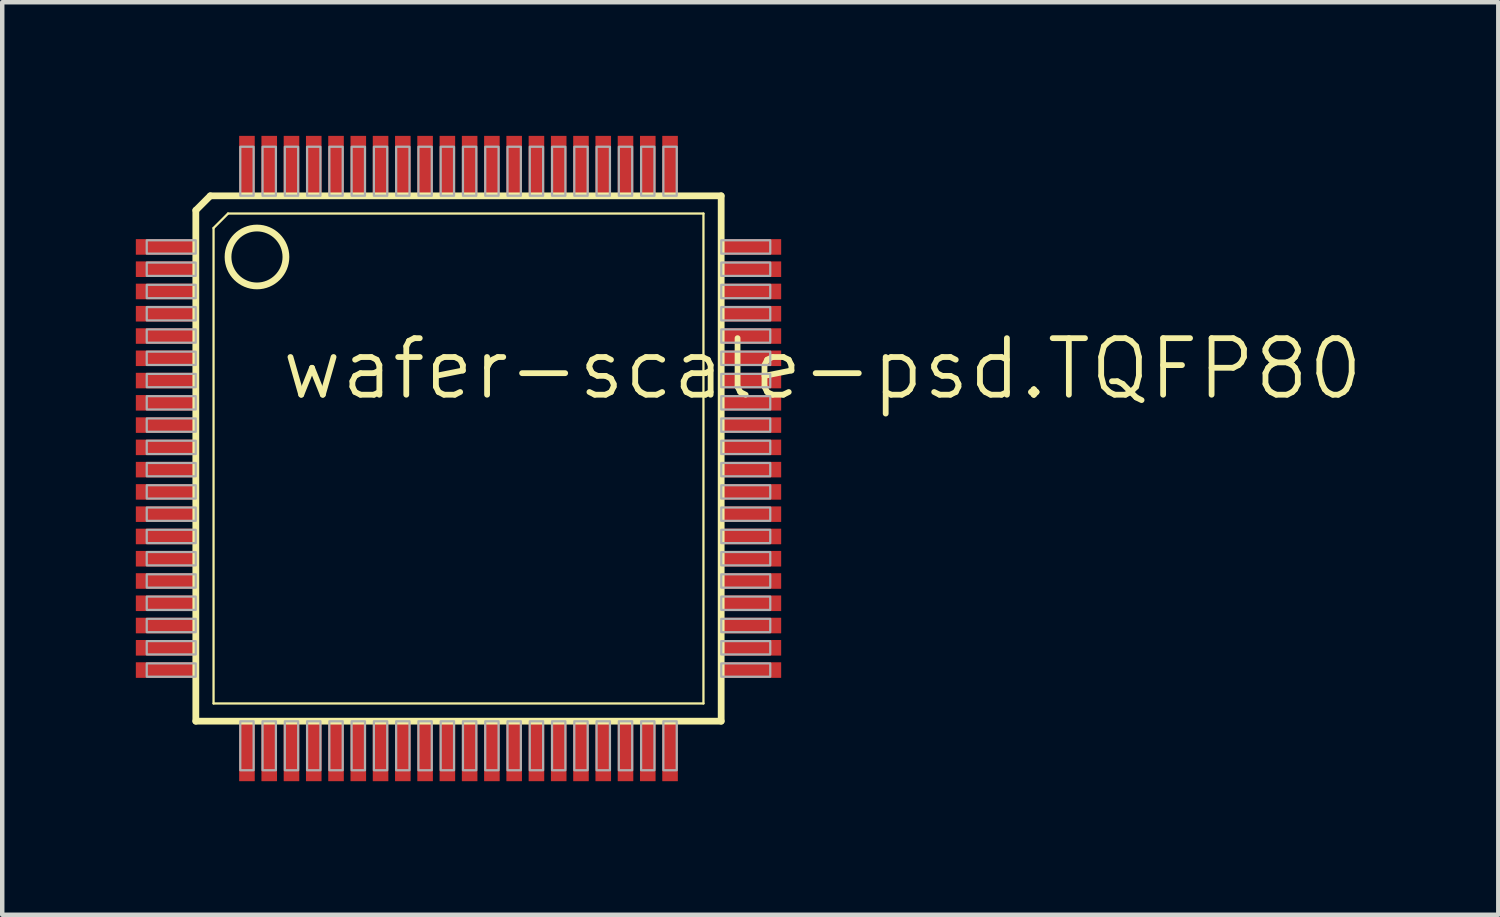
<source format=kicad_pcb>
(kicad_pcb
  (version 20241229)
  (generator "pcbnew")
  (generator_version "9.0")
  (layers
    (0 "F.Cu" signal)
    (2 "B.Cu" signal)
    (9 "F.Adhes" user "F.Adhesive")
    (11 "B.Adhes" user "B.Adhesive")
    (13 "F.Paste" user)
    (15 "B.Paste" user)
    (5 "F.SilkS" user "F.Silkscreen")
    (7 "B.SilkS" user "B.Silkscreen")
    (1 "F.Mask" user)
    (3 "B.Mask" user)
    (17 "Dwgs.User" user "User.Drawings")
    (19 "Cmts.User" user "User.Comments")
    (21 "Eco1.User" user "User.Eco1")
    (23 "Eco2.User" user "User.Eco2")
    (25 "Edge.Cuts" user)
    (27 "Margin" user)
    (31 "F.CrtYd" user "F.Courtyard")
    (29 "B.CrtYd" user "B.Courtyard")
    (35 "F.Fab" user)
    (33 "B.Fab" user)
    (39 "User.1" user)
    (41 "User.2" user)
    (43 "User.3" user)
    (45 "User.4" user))
  (footprint "wafer-scale-psd.TQFP80"
    (layer "F.Cu")
    (at 7.245 7.245)
    (property "Reference" "wafer-scale-psd.TQFP80" (at -4.04 -1.27 0) (layer "F.SilkS") (effects (font (size 1.27 1.27) (thickness 0.13)) (justify left bottom)))
    (attr smd)
    (fp_line (start -5.898 -5.573) (end -5.573 -5.898) (stroke (width 0.152) (type default)) (layer "F.SilkS"))
    (fp_line (start -5.898 5.898) (end -5.898 -5.573) (stroke (width 0.152) (type default)) (layer "F.SilkS"))
    (fp_line (start -5.573 -5.898) (end 5.898 -5.898) (stroke (width 0.152) (type default)) (layer "F.SilkS"))
    (fp_line (start -5.5 -5.175) (end -5.175 -5.5) (stroke (width 0.051) (type default)) (layer "F.SilkS"))
    (fp_line (start -5.5 5.5) (end -5.5 -5.175) (stroke (width 0.051) (type default)) (layer "F.SilkS"))
    (fp_line (start -5.175 -5.5) (end 5.5 -5.5) (stroke (width 0.051) (type default)) (layer "F.SilkS"))
    (fp_line (start 5.5 -5.5) (end 5.5 5.5) (stroke (width 0.051) (type default)) (layer "F.SilkS"))
    (fp_line (start 5.5 5.5) (end -5.5 5.5) (stroke (width 0.051) (type default)) (layer "F.SilkS"))
    (fp_line (start 5.898 -5.898) (end 5.898 5.898) (stroke (width 0.152) (type default)) (layer "F.SilkS"))
    (fp_line (start 5.898 5.898) (end -5.898 5.898) (stroke (width 0.152) (type default)) (layer "F.SilkS"))
    (fp_circle (center -4.525 -4.525) (end -3.875 -4.525) (stroke (width 0.152) (type default)) (fill no) (layer "F.SilkS"))
    (fp_rect (start -7 -4.6) (end -5.9 -4.9) (stroke (width 0.05) (type default)) (fill no) (layer "F.Fab"))
    (fp_rect (start -7 -4.1) (end -5.9 -4.4) (stroke (width 0.05) (type default)) (fill no) (layer "F.Fab"))
    (fp_rect (start -7 -3.6) (end -5.9 -3.9) (stroke (width 0.05) (type default)) (fill no) (layer "F.Fab"))
    (fp_rect (start -7 -3.1) (end -5.9 -3.4) (stroke (width 0.05) (type default)) (fill no) (layer "F.Fab"))
    (fp_rect (start -7 -2.6) (end -5.9 -2.9) (stroke (width 0.05) (type default)) (fill no) (layer "F.Fab"))
    (fp_rect (start -7 -2.1) (end -5.9 -2.4) (stroke (width 0.05) (type default)) (fill no) (layer "F.Fab"))
    (fp_rect (start -7 -1.6) (end -5.9 -1.9) (stroke (width 0.05) (type default)) (fill no) (layer "F.Fab"))
    (fp_rect (start -7 -1.1) (end -5.9 -1.4) (stroke (width 0.05) (type default)) (fill no) (layer "F.Fab"))
    (fp_rect (start -7 -0.6) (end -5.9 -0.9) (stroke (width 0.05) (type default)) (fill no) (layer "F.Fab"))
    (fp_rect (start -7 -0.1) (end -5.9 -0.4) (stroke (width 0.05) (type default)) (fill no) (layer "F.Fab"))
    (fp_rect (start -7 0.4) (end -5.9 0.1) (stroke (width 0.05) (type default)) (fill no) (layer "F.Fab"))
    (fp_rect (start -7 0.9) (end -5.9 0.6) (stroke (width 0.05) (type default)) (fill no) (layer "F.Fab"))
    (fp_rect (start -7 1.4) (end -5.9 1.1) (stroke (width 0.05) (type default)) (fill no) (layer "F.Fab"))
    (fp_rect (start -7 1.9) (end -5.9 1.6) (stroke (width 0.05) (type default)) (fill no) (layer "F.Fab"))
    (fp_rect (start -7 2.4) (end -5.9 2.1) (stroke (width 0.05) (type default)) (fill no) (layer "F.Fab"))
    (fp_rect (start -7 2.9) (end -5.9 2.6) (stroke (width 0.05) (type default)) (fill no) (layer "F.Fab"))
    (fp_rect (start -7 3.4) (end -5.9 3.1) (stroke (width 0.05) (type default)) (fill no) (layer "F.Fab"))
    (fp_rect (start -7 3.9) (end -5.9 3.6) (stroke (width 0.05) (type default)) (fill no) (layer "F.Fab"))
    (fp_rect (start -7 4.4) (end -5.9 4.1) (stroke (width 0.05) (type default)) (fill no) (layer "F.Fab"))
    (fp_rect (start -7 4.9) (end -5.9 4.6) (stroke (width 0.05) (type default)) (fill no) (layer "F.Fab"))
    (fp_rect (start -4.9 -5.9) (end -4.6 -7) (stroke (width 0.05) (type default)) (fill no) (layer "F.Fab"))
    (fp_rect (start -4.9 7) (end -4.6 5.9) (stroke (width 0.05) (type default)) (fill no) (layer "F.Fab"))
    (fp_rect (start -4.4 -5.9) (end -4.1 -7) (stroke (width 0.05) (type default)) (fill no) (layer "F.Fab"))
    (fp_rect (start -4.4 7) (end -4.1 5.9) (stroke (width 0.05) (type default)) (fill no) (layer "F.Fab"))
    (fp_rect (start -3.9 -5.9) (end -3.6 -7) (stroke (width 0.05) (type default)) (fill no) (layer "F.Fab"))
    (fp_rect (start -3.9 7) (end -3.6 5.9) (stroke (width 0.05) (type default)) (fill no) (layer "F.Fab"))
    (fp_rect (start -3.4 -5.9) (end -3.1 -7) (stroke (width 0.05) (type default)) (fill no) (layer "F.Fab"))
    (fp_rect (start -3.4 7) (end -3.1 5.9) (stroke (width 0.05) (type default)) (fill no) (layer "F.Fab"))
    (fp_rect (start -2.9 -5.9) (end -2.6 -7) (stroke (width 0.05) (type default)) (fill no) (layer "F.Fab"))
    (fp_rect (start -2.9 7) (end -2.6 5.9) (stroke (width 0.05) (type default)) (fill no) (layer "F.Fab"))
    (fp_rect (start -2.4 -5.9) (end -2.1 -7) (stroke (width 0.05) (type default)) (fill no) (layer "F.Fab"))
    (fp_rect (start -2.4 7) (end -2.1 5.9) (stroke (width 0.05) (type default)) (fill no) (layer "F.Fab"))
    (fp_rect (start -1.9 -5.9) (end -1.6 -7) (stroke (width 0.05) (type default)) (fill no) (layer "F.Fab"))
    (fp_rect (start -1.9 7) (end -1.6 5.9) (stroke (width 0.05) (type default)) (fill no) (layer "F.Fab"))
    (fp_rect (start -1.4 -5.9) (end -1.1 -7) (stroke (width 0.05) (type default)) (fill no) (layer "F.Fab"))
    (fp_rect (start -1.4 7) (end -1.1 5.9) (stroke (width 0.05) (type default)) (fill no) (layer "F.Fab"))
    (fp_rect (start -0.9 -5.9) (end -0.6 -7) (stroke (width 0.05) (type default)) (fill no) (layer "F.Fab"))
    (fp_rect (start -0.9 7) (end -0.6 5.9) (stroke (width 0.05) (type default)) (fill no) (layer "F.Fab"))
    (fp_rect (start -0.4 -5.9) (end -0.1 -7) (stroke (width 0.05) (type default)) (fill no) (layer "F.Fab"))
    (fp_rect (start -0.4 7) (end -0.1 5.9) (stroke (width 0.05) (type default)) (fill no) (layer "F.Fab"))
    (fp_rect (start 0.1 -5.9) (end 0.4 -7) (stroke (width 0.05) (type default)) (fill no) (layer "F.Fab"))
    (fp_rect (start 0.1 7) (end 0.4 5.9) (stroke (width 0.05) (type default)) (fill no) (layer "F.Fab"))
    (fp_rect (start 0.6 -5.9) (end 0.9 -7) (stroke (width 0.05) (type default)) (fill no) (layer "F.Fab"))
    (fp_rect (start 0.6 7) (end 0.9 5.9) (stroke (width 0.05) (type default)) (fill no) (layer "F.Fab"))
    (fp_rect (start 1.1 -5.9) (end 1.4 -7) (stroke (width 0.05) (type default)) (fill no) (layer "F.Fab"))
    (fp_rect (start 1.1 7) (end 1.4 5.9) (stroke (width 0.05) (type default)) (fill no) (layer "F.Fab"))
    (fp_rect (start 1.6 -5.9) (end 1.9 -7) (stroke (width 0.05) (type default)) (fill no) (layer "F.Fab"))
    (fp_rect (start 1.6 7) (end 1.9 5.9) (stroke (width 0.05) (type default)) (fill no) (layer "F.Fab"))
    (fp_rect (start 2.1 -5.9) (end 2.4 -7) (stroke (width 0.05) (type default)) (fill no) (layer "F.Fab"))
    (fp_rect (start 2.1 7) (end 2.4 5.9) (stroke (width 0.05) (type default)) (fill no) (layer "F.Fab"))
    (fp_rect (start 2.6 -5.9) (end 2.9 -7) (stroke (width 0.05) (type default)) (fill no) (layer "F.Fab"))
    (fp_rect (start 2.6 7) (end 2.9 5.9) (stroke (width 0.05) (type default)) (fill no) (layer "F.Fab"))
    (fp_rect (start 3.1 -5.9) (end 3.4 -7) (stroke (width 0.05) (type default)) (fill no) (layer "F.Fab"))
    (fp_rect (start 3.1 7) (end 3.4 5.9) (stroke (width 0.05) (type default)) (fill no) (layer "F.Fab"))
    (fp_rect (start 3.6 -5.9) (end 3.9 -7) (stroke (width 0.05) (type default)) (fill no) (layer "F.Fab"))
    (fp_rect (start 3.6 7) (end 3.9 5.9) (stroke (width 0.05) (type default)) (fill no) (layer "F.Fab"))
    (fp_rect (start 4.1 -5.9) (end 4.4 -7) (stroke (width 0.05) (type default)) (fill no) (layer "F.Fab"))
    (fp_rect (start 4.1 7) (end 4.4 5.9) (stroke (width 0.05) (type default)) (fill no) (layer "F.Fab"))
    (fp_rect (start 4.6 -5.9) (end 4.9 -7) (stroke (width 0.05) (type default)) (fill no) (layer "F.Fab"))
    (fp_rect (start 4.6 7) (end 4.9 5.9) (stroke (width 0.05) (type default)) (fill no) (layer "F.Fab"))
    (fp_rect (start 5.9 -4.6) (end 7 -4.9) (stroke (width 0.05) (type default)) (fill no) (layer "F.Fab"))
    (fp_rect (start 5.9 -4.1) (end 7 -4.4) (stroke (width 0.05) (type default)) (fill no) (layer "F.Fab"))
    (fp_rect (start 5.9 -3.6) (end 7 -3.9) (stroke (width 0.05) (type default)) (fill no) (layer "F.Fab"))
    (fp_rect (start 5.9 -3.1) (end 7 -3.4) (stroke (width 0.05) (type default)) (fill no) (layer "F.Fab"))
    (fp_rect (start 5.9 -2.6) (end 7 -2.9) (stroke (width 0.05) (type default)) (fill no) (layer "F.Fab"))
    (fp_rect (start 5.9 -2.1) (end 7 -2.4) (stroke (width 0.05) (type default)) (fill no) (layer "F.Fab"))
    (fp_rect (start 5.9 -1.6) (end 7 -1.9) (stroke (width 0.05) (type default)) (fill no) (layer "F.Fab"))
    (fp_rect (start 5.9 -1.1) (end 7 -1.4) (stroke (width 0.05) (type default)) (fill no) (layer "F.Fab"))
    (fp_rect (start 5.9 -0.6) (end 7 -0.9) (stroke (width 0.05) (type default)) (fill no) (layer "F.Fab"))
    (fp_rect (start 5.9 -0.1) (end 7 -0.4) (stroke (width 0.05) (type default)) (fill no) (layer "F.Fab"))
    (fp_rect (start 5.9 0.4) (end 7 0.1) (stroke (width 0.05) (type default)) (fill no) (layer "F.Fab"))
    (fp_rect (start 5.9 0.9) (end 7 0.6) (stroke (width 0.05) (type default)) (fill no) (layer "F.Fab"))
    (fp_rect (start 5.9 1.4) (end 7 1.1) (stroke (width 0.05) (type default)) (fill no) (layer "F.Fab"))
    (fp_rect (start 5.9 1.9) (end 7 1.6) (stroke (width 0.05) (type default)) (fill no) (layer "F.Fab"))
    (fp_rect (start 5.9 2.4) (end 7 2.1) (stroke (width 0.05) (type default)) (fill no) (layer "F.Fab"))
    (fp_rect (start 5.9 2.9) (end 7 2.6) (stroke (width 0.05) (type default)) (fill no) (layer "F.Fab"))
    (fp_rect (start 5.9 3.4) (end 7 3.1) (stroke (width 0.05) (type default)) (fill no) (layer "F.Fab"))
    (fp_rect (start 5.9 3.9) (end 7 3.6) (stroke (width 0.05) (type default)) (fill no) (layer "F.Fab"))
    (fp_rect (start 5.9 4.4) (end 7 4.1) (stroke (width 0.05) (type default)) (fill no) (layer "F.Fab"))
    (fp_rect (start 5.9 4.9) (end 7 4.6) (stroke (width 0.05) (type default)) (fill no) (layer "F.Fab"))
    (pad "1" smd roundrect (at -6.595 -4.75) (size 1.3 0.35) (layers "F.Cu" "F.Mask" "F.Paste") (roundrect_rratio 0.01))
    (pad "2" smd roundrect (at -6.595 -4.25) (size 1.3 0.35) (layers "F.Cu" "F.Mask" "F.Paste") (roundrect_rratio 0.01))
    (pad "3" smd roundrect (at -6.595 -3.75) (size 1.3 0.35) (layers "F.Cu" "F.Mask" "F.Paste") (roundrect_rratio 0.01))
    (pad "4" smd roundrect (at -6.595 -3.25) (size 1.3 0.35) (layers "F.Cu" "F.Mask" "F.Paste") (roundrect_rratio 0.01))
    (pad "5" smd roundrect (at -6.595 -2.75) (size 1.3 0.35) (layers "F.Cu" "F.Mask" "F.Paste") (roundrect_rratio 0.01))
    (pad "6" smd roundrect (at -6.595 -2.25) (size 1.3 0.35) (layers "F.Cu" "F.Mask" "F.Paste") (roundrect_rratio 0.01))
    (pad "7" smd roundrect (at -6.595 -1.75) (size 1.3 0.35) (layers "F.Cu" "F.Mask" "F.Paste") (roundrect_rratio 0.01))
    (pad "8" smd roundrect (at -6.595 -1.25) (size 1.3 0.35) (layers "F.Cu" "F.Mask" "F.Paste") (roundrect_rratio 0.01))
    (pad "9" smd roundrect (at -6.595 -0.75) (size 1.3 0.35) (layers "F.Cu" "F.Mask" "F.Paste") (roundrect_rratio 0.01))
    (pad "10" smd roundrect (at -6.595 -0.25) (size 1.3 0.35) (layers "F.Cu" "F.Mask" "F.Paste") (roundrect_rratio 0.01))
    (pad "11" smd roundrect (at -6.595 0.25) (size 1.3 0.35) (layers "F.Cu" "F.Mask" "F.Paste") (roundrect_rratio 0.01))
    (pad "12" smd roundrect (at -6.595 0.75) (size 1.3 0.35) (layers "F.Cu" "F.Mask" "F.Paste") (roundrect_rratio 0.01))
    (pad "13" smd roundrect (at -6.595 1.25) (size 1.3 0.35) (layers "F.Cu" "F.Mask" "F.Paste") (roundrect_rratio 0.01))
    (pad "14" smd roundrect (at -6.595 1.75) (size 1.3 0.35) (layers "F.Cu" "F.Mask" "F.Paste") (roundrect_rratio 0.01))
    (pad "15" smd roundrect (at -6.595 2.25) (size 1.3 0.35) (layers "F.Cu" "F.Mask" "F.Paste") (roundrect_rratio 0.01))
    (pad "16" smd roundrect (at -6.595 2.75) (size 1.3 0.35) (layers "F.Cu" "F.Mask" "F.Paste") (roundrect_rratio 0.01))
    (pad "17" smd roundrect (at -6.595 3.25) (size 1.3 0.35) (layers "F.Cu" "F.Mask" "F.Paste") (roundrect_rratio 0.01))
    (pad "18" smd roundrect (at -6.595 3.75) (size 1.3 0.35) (layers "F.Cu" "F.Mask" "F.Paste") (roundrect_rratio 0.01))
    (pad "19" smd roundrect (at -6.595 4.25) (size 1.3 0.35) (layers "F.Cu" "F.Mask" "F.Paste") (roundrect_rratio 0.01))
    (pad "20" smd roundrect (at -6.595 4.75) (size 1.3 0.35) (layers "F.Cu" "F.Mask" "F.Paste") (roundrect_rratio 0.01))
    (pad "21" smd roundrect (at -4.75 6.595) (size 0.35 1.3) (layers "F.Cu" "F.Mask" "F.Paste") (roundrect_rratio 0.01))
    (pad "22" smd roundrect (at -4.25 6.595) (size 0.35 1.3) (layers "F.Cu" "F.Mask" "F.Paste") (roundrect_rratio 0.01))
    (pad "23" smd roundrect (at -3.75 6.595) (size 0.35 1.3) (layers "F.Cu" "F.Mask" "F.Paste") (roundrect_rratio 0.01))
    (pad "24" smd roundrect (at -3.25 6.595) (size 0.35 1.3) (layers "F.Cu" "F.Mask" "F.Paste") (roundrect_rratio 0.01))
    (pad "25" smd roundrect (at -2.75 6.595) (size 0.35 1.3) (layers "F.Cu" "F.Mask" "F.Paste") (roundrect_rratio 0.01))
    (pad "26" smd roundrect (at -2.25 6.595) (size 0.35 1.3) (layers "F.Cu" "F.Mask" "F.Paste") (roundrect_rratio 0.01))
    (pad "27" smd roundrect (at -1.75 6.595) (size 0.35 1.3) (layers "F.Cu" "F.Mask" "F.Paste") (roundrect_rratio 0.01))
    (pad "28" smd roundrect (at -1.25 6.595) (size 0.35 1.3) (layers "F.Cu" "F.Mask" "F.Paste") (roundrect_rratio 0.01))
    (pad "29" smd roundrect (at -0.75 6.595) (size 0.35 1.3) (layers "F.Cu" "F.Mask" "F.Paste") (roundrect_rratio 0.01))
    (pad "30" smd roundrect (at -0.25 6.595) (size 0.35 1.3) (layers "F.Cu" "F.Mask" "F.Paste") (roundrect_rratio 0.01))
    (pad "31" smd roundrect (at 0.25 6.595) (size 0.35 1.3) (layers "F.Cu" "F.Mask" "F.Paste") (roundrect_rratio 0.01))
    (pad "32" smd roundrect (at 0.75 6.595) (size 0.35 1.3) (layers "F.Cu" "F.Mask" "F.Paste") (roundrect_rratio 0.01))
    (pad "33" smd roundrect (at 1.25 6.595) (size 0.35 1.3) (layers "F.Cu" "F.Mask" "F.Paste") (roundrect_rratio 0.01))
    (pad "34" smd roundrect (at 1.75 6.595) (size 0.35 1.3) (layers "F.Cu" "F.Mask" "F.Paste") (roundrect_rratio 0.01))
    (pad "35" smd roundrect (at 2.25 6.595) (size 0.35 1.3) (layers "F.Cu" "F.Mask" "F.Paste") (roundrect_rratio 0.01))
    (pad "36" smd roundrect (at 2.75 6.595) (size 0.35 1.3) (layers "F.Cu" "F.Mask" "F.Paste") (roundrect_rratio 0.01))
    (pad "37" smd roundrect (at 3.25 6.595) (size 0.35 1.3) (layers "F.Cu" "F.Mask" "F.Paste") (roundrect_rratio 0.01))
    (pad "38" smd roundrect (at 3.75 6.595) (size 0.35 1.3) (layers "F.Cu" "F.Mask" "F.Paste") (roundrect_rratio 0.01))
    (pad "39" smd roundrect (at 4.25 6.595) (size 0.35 1.3) (layers "F.Cu" "F.Mask" "F.Paste") (roundrect_rratio 0.01))
    (pad "40" smd roundrect (at 4.75 6.595) (size 0.35 1.3) (layers "F.Cu" "F.Mask" "F.Paste") (roundrect_rratio 0.01))
    (pad "41" smd roundrect (at 6.595 4.75) (size 1.3 0.35) (layers "F.Cu" "F.Mask" "F.Paste") (roundrect_rratio 0.01))
    (pad "42" smd roundrect (at 6.595 4.25) (size 1.3 0.35) (layers "F.Cu" "F.Mask" "F.Paste") (roundrect_rratio 0.01))
    (pad "43" smd roundrect (at 6.595 3.75) (size 1.3 0.35) (layers "F.Cu" "F.Mask" "F.Paste") (roundrect_rratio 0.01))
    (pad "44" smd roundrect (at 6.595 3.25) (size 1.3 0.35) (layers "F.Cu" "F.Mask" "F.Paste") (roundrect_rratio 0.01))
    (pad "45" smd roundrect (at 6.595 2.75) (size 1.3 0.35) (layers "F.Cu" "F.Mask" "F.Paste") (roundrect_rratio 0.01))
    (pad "46" smd roundrect (at 6.595 2.25) (size 1.3 0.35) (layers "F.Cu" "F.Mask" "F.Paste") (roundrect_rratio 0.01))
    (pad "47" smd roundrect (at 6.595 1.75) (size 1.3 0.35) (layers "F.Cu" "F.Mask" "F.Paste") (roundrect_rratio 0.01))
    (pad "48" smd roundrect (at 6.595 1.25) (size 1.3 0.35) (layers "F.Cu" "F.Mask" "F.Paste") (roundrect_rratio 0.01))
    (pad "49" smd roundrect (at 6.595 0.75) (size 1.3 0.35) (layers "F.Cu" "F.Mask" "F.Paste") (roundrect_rratio 0.01))
    (pad "50" smd roundrect (at 6.595 0.25) (size 1.3 0.35) (layers "F.Cu" "F.Mask" "F.Paste") (roundrect_rratio 0.01))
    (pad "51" smd roundrect (at 6.595 -0.25) (size 1.3 0.35) (layers "F.Cu" "F.Mask" "F.Paste") (roundrect_rratio 0.01))
    (pad "52" smd roundrect (at 6.595 -0.75) (size 1.3 0.35) (layers "F.Cu" "F.Mask" "F.Paste") (roundrect_rratio 0.01))
    (pad "53" smd roundrect (at 6.595 -1.25) (size 1.3 0.35) (layers "F.Cu" "F.Mask" "F.Paste") (roundrect_rratio 0.01))
    (pad "54" smd roundrect (at 6.595 -1.75) (size 1.3 0.35) (layers "F.Cu" "F.Mask" "F.Paste") (roundrect_rratio 0.01))
    (pad "55" smd roundrect (at 6.595 -2.25) (size 1.3 0.35) (layers "F.Cu" "F.Mask" "F.Paste") (roundrect_rratio 0.01))
    (pad "56" smd roundrect (at 6.595 -2.75) (size 1.3 0.35) (layers "F.Cu" "F.Mask" "F.Paste") (roundrect_rratio 0.01))
    (pad "57" smd roundrect (at 6.595 -3.25) (size 1.3 0.35) (layers "F.Cu" "F.Mask" "F.Paste") (roundrect_rratio 0.01))
    (pad "58" smd roundrect (at 6.595 -3.75) (size 1.3 0.35) (layers "F.Cu" "F.Mask" "F.Paste") (roundrect_rratio 0.01))
    (pad "59" smd roundrect (at 6.595 -4.25) (size 1.3 0.35) (layers "F.Cu" "F.Mask" "F.Paste") (roundrect_rratio 0.01))
    (pad "60" smd roundrect (at 6.595 -4.75) (size 1.3 0.35) (layers "F.Cu" "F.Mask" "F.Paste") (roundrect_rratio 0.01))
    (pad "61" smd roundrect (at 4.75 -6.595) (size 0.35 1.3) (layers "F.Cu" "F.Mask" "F.Paste") (roundrect_rratio 0.01))
    (pad "62" smd roundrect (at 4.25 -6.595) (size 0.35 1.3) (layers "F.Cu" "F.Mask" "F.Paste") (roundrect_rratio 0.01))
    (pad "63" smd roundrect (at 3.75 -6.595) (size 0.35 1.3) (layers "F.Cu" "F.Mask" "F.Paste") (roundrect_rratio 0.01))
    (pad "64" smd roundrect (at 3.25 -6.595) (size 0.35 1.3) (layers "F.Cu" "F.Mask" "F.Paste") (roundrect_rratio 0.01))
    (pad "65" smd roundrect (at 2.75 -6.595) (size 0.35 1.3) (layers "F.Cu" "F.Mask" "F.Paste") (roundrect_rratio 0.01))
    (pad "66" smd roundrect (at 2.25 -6.595) (size 0.35 1.3) (layers "F.Cu" "F.Mask" "F.Paste") (roundrect_rratio 0.01))
    (pad "67" smd roundrect (at 1.75 -6.595) (size 0.35 1.3) (layers "F.Cu" "F.Mask" "F.Paste") (roundrect_rratio 0.01))
    (pad "68" smd roundrect (at 1.25 -6.595) (size 0.35 1.3) (layers "F.Cu" "F.Mask" "F.Paste") (roundrect_rratio 0.01))
    (pad "69" smd roundrect (at 0.75 -6.595) (size 0.35 1.3) (layers "F.Cu" "F.Mask" "F.Paste") (roundrect_rratio 0.01))
    (pad "70" smd roundrect (at 0.25 -6.595) (size 0.35 1.3) (layers "F.Cu" "F.Mask" "F.Paste") (roundrect_rratio 0.01))
    (pad "71" smd roundrect (at -0.25 -6.595) (size 0.35 1.3) (layers "F.Cu" "F.Mask" "F.Paste") (roundrect_rratio 0.01))
    (pad "72" smd roundrect (at -0.75 -6.595) (size 0.35 1.3) (layers "F.Cu" "F.Mask" "F.Paste") (roundrect_rratio 0.01))
    (pad "73" smd roundrect (at -1.25 -6.595) (size 0.35 1.3) (layers "F.Cu" "F.Mask" "F.Paste") (roundrect_rratio 0.01))
    (pad "74" smd roundrect (at -1.75 -6.595) (size 0.35 1.3) (layers "F.Cu" "F.Mask" "F.Paste") (roundrect_rratio 0.01))
    (pad "75" smd roundrect (at -2.25 -6.595) (size 0.35 1.3) (layers "F.Cu" "F.Mask" "F.Paste") (roundrect_rratio 0.01))
    (pad "76" smd roundrect (at -2.75 -6.595) (size 0.35 1.3) (layers "F.Cu" "F.Mask" "F.Paste") (roundrect_rratio 0.01))
    (pad "77" smd roundrect (at -3.25 -6.595) (size 0.35 1.3) (layers "F.Cu" "F.Mask" "F.Paste") (roundrect_rratio 0.01))
    (pad "78" smd roundrect (at -3.75 -6.595) (size 0.35 1.3) (layers "F.Cu" "F.Mask" "F.Paste") (roundrect_rratio 0.01))
    (pad "79" smd roundrect (at -4.25 -6.595) (size 0.35 1.3) (layers "F.Cu" "F.Mask" "F.Paste") (roundrect_rratio 0.01))
    (pad "80" smd roundrect (at -4.75 -6.595) (size 0.35 1.3) (layers "F.Cu" "F.Mask" "F.Paste") (roundrect_rratio 0.01)))
  (gr_rect
    (start -3 -3)
    (end 30.592 17.49)
    (stroke (width 0.1) (type default))
    (fill no)
    (layer "Edge.Cuts")))
</source>
